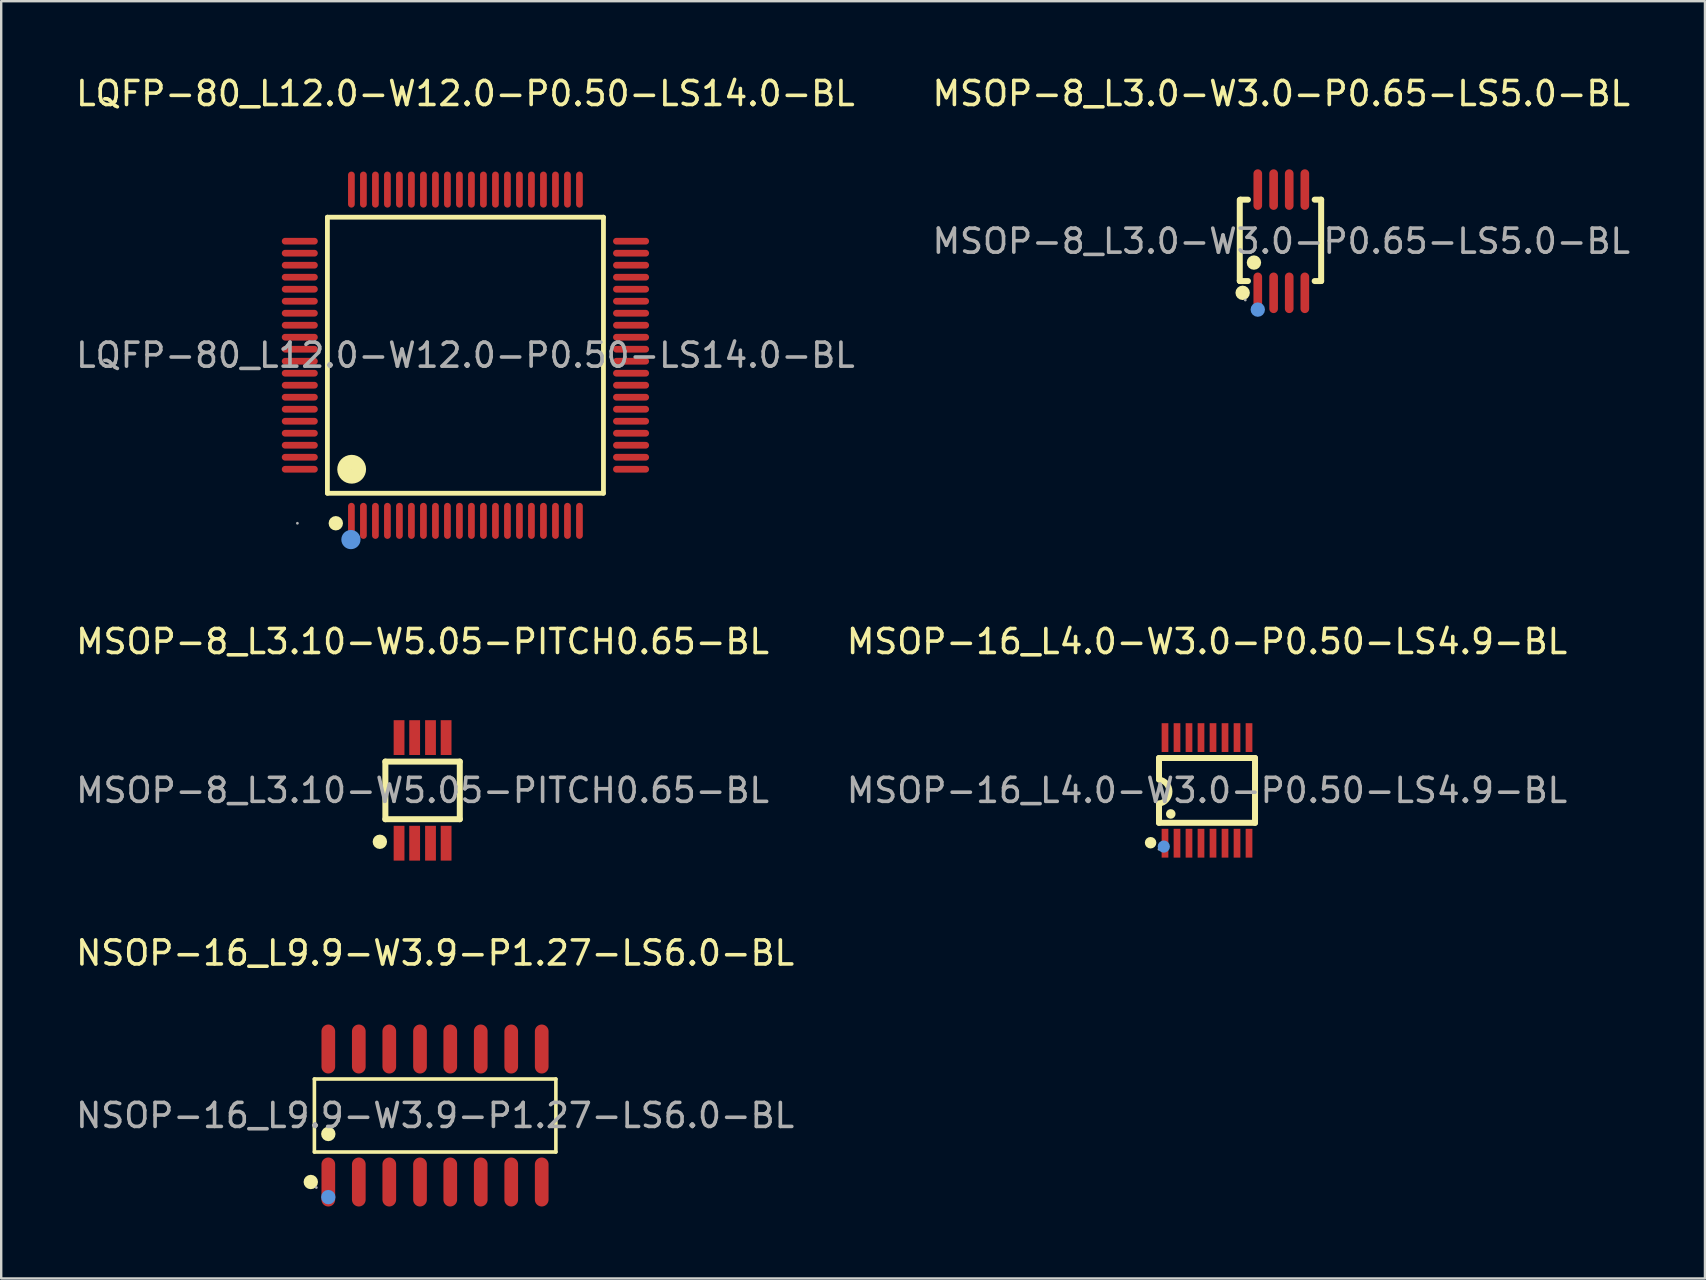
<source format=kicad_pcb>
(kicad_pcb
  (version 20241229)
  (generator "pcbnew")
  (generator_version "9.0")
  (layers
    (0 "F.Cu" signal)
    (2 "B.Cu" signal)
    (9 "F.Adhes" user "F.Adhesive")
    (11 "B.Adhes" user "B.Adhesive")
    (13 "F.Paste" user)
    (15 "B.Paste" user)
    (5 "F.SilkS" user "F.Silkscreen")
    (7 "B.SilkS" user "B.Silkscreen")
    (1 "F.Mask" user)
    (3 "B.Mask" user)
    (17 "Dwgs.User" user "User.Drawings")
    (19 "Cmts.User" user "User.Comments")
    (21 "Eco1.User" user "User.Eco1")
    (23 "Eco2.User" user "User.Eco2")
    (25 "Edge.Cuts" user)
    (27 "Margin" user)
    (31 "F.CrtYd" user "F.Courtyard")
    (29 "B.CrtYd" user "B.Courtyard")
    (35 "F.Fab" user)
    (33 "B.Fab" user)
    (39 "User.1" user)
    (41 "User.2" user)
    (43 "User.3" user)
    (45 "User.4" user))
  (footprint "MSOP-8_L3.10-W5.05-PITCH0.65-BL"
    (layer "F.Cu")
    (at 14.554 29.877)
    (property "Reference" "MSOP-8_L3.10-W5.05-PITCH0.65-BL" (at 0 -6.2 0) (layer "F.SilkS") (effects (font (size 1 1) (thickness 0.15))))
    (attr through_hole)
    (fp_line (start -1.55 -1.2) (end 1.55 -1.2) (stroke (width 0.25) (type solid)) (layer "F.SilkS"))
    (fp_line (start -1.55 1.2) (end -1.55 -1.2) (stroke (width 0.25) (type solid)) (layer "F.SilkS"))
    (fp_line (start -1.55 1.2) (end 1.55 1.2) (stroke (width 0.25) (type solid)) (layer "F.SilkS"))
    (fp_line (start 1.55 1.2) (end 1.55 -1.2) (stroke (width 0.25) (type solid)) (layer "F.SilkS"))
    (fp_arc (start -1.78 2.14) (mid -1.78 2.14) (end -1.78 2.14) (stroke (width 0.3) (type solid)) (layer "F.SilkS"))
    (fp_text user "${REFERENCE}" (at 0 0 0) (layer "F.Fab") (effects (font (size 1 1) (thickness 0.15))))
    (pad "1" smd rect (at -0.98 2.2 180) (size 0.45 1.45) (layers "F.Cu" "F.Mask" "F.Paste"))
    (pad "2" smd rect (at -0.33 2.2 180) (size 0.45 1.45) (layers "F.Cu" "F.Mask" "F.Paste"))
    (pad "3" smd rect (at 0.33 2.2 180) (size 0.45 1.45) (layers "F.Cu" "F.Mask" "F.Paste"))
    (pad "4" smd rect (at 0.98 2.2 180) (size 0.45 1.45) (layers "F.Cu" "F.Mask" "F.Paste"))
    (pad "5" smd rect (at 0.98 -2.2 180) (size 0.45 1.45) (layers "F.Cu" "F.Mask" "F.Paste"))
    (pad "6" smd rect (at 0.33 -2.2 180) (size 0.45 1.45) (layers "F.Cu" "F.Mask" "F.Paste"))
    (pad "7" smd rect (at -0.33 -2.2 180) (size 0.45 1.45) (layers "F.Cu" "F.Mask" "F.Paste"))
    (pad "8" smd rect (at -0.98 -2.2 180) (size 0.45 1.45) (layers "F.Cu" "F.Mask" "F.Paste")))
  (footprint "MSOP-16_L4.0-W3.0-P0.50-LS4.9-BL"
    (layer "F.Cu")
    (at 47.232 29.877)
    (property "Reference" "MSOP-16_L4.0-W3.0-P0.50-LS4.9-BL" (at 0 -6.2 0) (layer "F.SilkS") (effects (font (size 1 1) (thickness 0.15))))
    (attr through_hole)
    (fp_line (start -2 -1.35) (end -2 -0.46) (stroke (width 0.25) (type solid)) (layer "F.SilkS"))
    (fp_line (start -2 -1.35) (end 2 -1.35) (stroke (width 0.25) (type solid)) (layer "F.SilkS"))
    (fp_line (start -2 1.35) (end -2 0.55) (stroke (width 0.25) (type solid)) (layer "F.SilkS"))
    (fp_line (start -2 1.35) (end 2 1.35) (stroke (width 0.25) (type solid)) (layer "F.SilkS"))
    (fp_line (start 2 -1.35) (end 2 1.35) (stroke (width 0.25) (type solid)) (layer "F.SilkS"))
    (fp_arc (start -1.998946 -0.449851) (mid -1.565124 0.050532) (end -2 0.55) (stroke (width 0.25) (type solid)) (layer "F.SilkS"))
    (fp_circle (center -2.35 2.18) (end -2.23 2.18) (stroke (width 0.24) (type solid)) (fill no) (layer "F.SilkS"))
    (fp_circle (center -1.51 0.98) (end -1.41 0.98) (stroke (width 0.2) (type solid)) (fill no) (layer "F.SilkS"))
    (fp_circle (center -1.8 2.34) (end -1.67 2.34) (stroke (width 0.25) (type solid)) (fill no) (layer "Cmts.User"))
    (fp_circle (center -2 2.45) (end -1.97 2.45) (stroke (width 0.06) (type solid)) (fill no) (layer "F.Fab"))
    (fp_text user "${REFERENCE}" (at 0 0 0) (layer "F.Fab") (effects (font (size 1 1) (thickness 0.15))))
    (pad "1" smd rect (at -1.75 2.2 90) (size 1.2 0.28) (layers "F.Cu" "F.Mask" "F.Paste"))
    (pad "2" smd rect (at -1.25 2.2 90) (size 1.2 0.28) (layers "F.Cu" "F.Mask" "F.Paste"))
    (pad "3" smd rect (at -0.75 2.2 90) (size 1.2 0.28) (layers "F.Cu" "F.Mask" "F.Paste"))
    (pad "4" smd rect (at -0.25 2.2 90) (size 1.2 0.28) (layers "F.Cu" "F.Mask" "F.Paste"))
    (pad "5" smd rect (at 0.25 2.2 90) (size 1.2 0.28) (layers "F.Cu" "F.Mask" "F.Paste"))
    (pad "6" smd rect (at 0.75 2.2 90) (size 1.2 0.28) (layers "F.Cu" "F.Mask" "F.Paste"))
    (pad "7" smd rect (at 1.25 2.2 90) (size 1.2 0.28) (layers "F.Cu" "F.Mask" "F.Paste"))
    (pad "8" smd rect (at 1.75 2.2 90) (size 1.2 0.28) (layers "F.Cu" "F.Mask" "F.Paste"))
    (pad "9" smd rect (at 1.75 -2.2 90) (size 1.2 0.28) (layers "F.Cu" "F.Mask" "F.Paste"))
    (pad "10" smd rect (at 1.25 -2.2 90) (size 1.2 0.28) (layers "F.Cu" "F.Mask" "F.Paste"))
    (pad "11" smd rect (at 0.75 -2.2 90) (size 1.2 0.28) (layers "F.Cu" "F.Mask" "F.Paste"))
    (pad "12" smd rect (at 0.25 -2.2 90) (size 1.2 0.28) (layers "F.Cu" "F.Mask" "F.Paste"))
    (pad "13" smd rect (at -0.25 -2.2 90) (size 1.2 0.28) (layers "F.Cu" "F.Mask" "F.Paste"))
    (pad "14" smd rect (at -0.75 -2.2 90) (size 1.2 0.28) (layers "F.Cu" "F.Mask" "F.Paste"))
    (pad "15" smd rect (at -1.25 -2.2 90) (size 1.2 0.28) (layers "F.Cu" "F.Mask" "F.Paste"))
    (pad "16" smd rect (at -1.75 -2.2 90) (size 1.2 0.28) (layers "F.Cu" "F.Mask" "F.Paste")))
  (footprint "NSOP-16_L9.9-W3.9-P1.27-LS6.0-BL"
    (layer "F.Cu")
    (at 15.077 43.42)
    (property "Reference" "NSOP-16_L9.9-W3.9-P1.27-LS6.0-BL" (at 0 -6.77 0) (layer "F.SilkS") (effects (font (size 1 1) (thickness 0.15))))
    (attr through_hole)
    (fp_line (start -5.03 -1.52) (end 5.03 -1.52) (stroke (width 0.15) (type solid)) (layer "F.SilkS"))
    (fp_line (start -5.03 1.52) (end -5.03 -1.52) (stroke (width 0.15) (type solid)) (layer "F.SilkS"))
    (fp_line (start 5.03 -1.52) (end 5.03 1.52) (stroke (width 0.15) (type solid)) (layer "F.SilkS"))
    (fp_line (start 5.03 1.52) (end -5.03 1.52) (stroke (width 0.15) (type solid)) (layer "F.SilkS"))
    (fp_circle (center -5.18 2.77) (end -5.03 2.77) (stroke (width 0.3) (type solid)) (fill no) (layer "F.SilkS"))
    (fp_circle (center -4.45 0.77) (end -4.3 0.77) (stroke (width 0.3) (type solid)) (fill no) (layer "F.SilkS"))
    (fp_circle (center -4.45 3.4) (end -4.3 3.4) (stroke (width 0.3) (type solid)) (fill no) (layer "Cmts.User"))
    (fp_circle (center -4.95 3) (end -4.92 3) (stroke (width 0.06) (type solid)) (fill no) (layer "F.Fab"))
    (fp_text user "${REFERENCE}" (at 0 0 0) (layer "F.Fab") (effects (font (size 1 1) (thickness 0.15))))
    (pad "1" smd oval (at -4.45 2.77) (size 0.57 2.04) (layers "F.Cu" "F.Mask" "F.Paste"))
    (pad "2" smd oval (at -3.18 2.77) (size 0.57 2.04) (layers "F.Cu" "F.Mask" "F.Paste"))
    (pad "3" smd oval (at -1.91 2.77) (size 0.57 2.04) (layers "F.Cu" "F.Mask" "F.Paste"))
    (pad "4" smd oval (at -0.63 2.77) (size 0.57 2.04) (layers "F.Cu" "F.Mask" "F.Paste"))
    (pad "5" smd oval (at 0.63 2.77) (size 0.57 2.04) (layers "F.Cu" "F.Mask" "F.Paste"))
    (pad "6" smd oval (at 1.9 2.77) (size 0.57 2.04) (layers "F.Cu" "F.Mask" "F.Paste"))
    (pad "7" smd oval (at 3.17 2.77) (size 0.57 2.04) (layers "F.Cu" "F.Mask" "F.Paste"))
    (pad "8" smd oval (at 4.44 2.77) (size 0.57 2.04) (layers "F.Cu" "F.Mask" "F.Paste"))
    (pad "9" smd oval (at 4.44 -2.77) (size 0.57 2.04) (layers "F.Cu" "F.Mask" "F.Paste"))
    (pad "10" smd oval (at 3.17 -2.77) (size 0.57 2.04) (layers "F.Cu" "F.Mask" "F.Paste"))
    (pad "11" smd oval (at 1.9 -2.77) (size 0.57 2.04) (layers "F.Cu" "F.Mask" "F.Paste"))
    (pad "12" smd oval (at 0.63 -2.77) (size 0.57 2.04) (layers "F.Cu" "F.Mask" "F.Paste"))
    (pad "13" smd oval (at -0.63 -2.77) (size 0.57 2.04) (layers "F.Cu" "F.Mask" "F.Paste"))
    (pad "14" smd oval (at -1.91 -2.77) (size 0.57 2.04) (layers "F.Cu" "F.Mask" "F.Paste"))
    (pad "15" smd oval (at -3.18 -2.77) (size 0.57 2.04) (layers "F.Cu" "F.Mask" "F.Paste"))
    (pad "16" smd oval (at -4.45 -2.77) (size 0.57 2.04) (layers "F.Cu" "F.Mask" "F.Paste")))
  (footprint "MSOP-8_L3.0-W3.0-P0.65-LS5.0-BL"
    (layer "F.Cu")
    (at 50.327 6.998)
    (property "Reference" "MSOP-8_L3.0-W3.0-P0.65-LS5.0-BL" (at 0 -6.15 0) (layer "F.SilkS") (effects (font (size 1 1) (thickness 0.15))))
    (attr through_hole)
    (fp_line (start -1.73 -1.72) (end -1.73 1.65) (stroke (width 0.25) (type solid)) (layer "F.SilkS"))
    (fp_line (start -1.73 1.65) (end -1.72 1.66) (stroke (width 0.25) (type solid)) (layer "F.SilkS"))
    (fp_line (start -1.72 1.66) (end -1.39 1.66) (stroke (width 0.25) (type solid)) (layer "F.SilkS"))
    (fp_line (start -1.7 -1.73) (end -1.72 -1.71) (stroke (width 0.25) (type solid)) (layer "F.SilkS"))
    (fp_line (start -1.39 -1.73) (end -1.7 -1.73) (stroke (width 0.25) (type solid)) (layer "F.SilkS"))
    (fp_line (start 1.39 1.66) (end 1.66 1.66) (stroke (width 0.25) (type solid)) (layer "F.SilkS"))
    (fp_line (start 1.66 -1.73) (end 1.39 -1.73) (stroke (width 0.25) (type solid)) (layer "F.SilkS"))
    (fp_line (start 1.66 1.66) (end 1.66 -1.73) (stroke (width 0.25) (type solid)) (layer "F.SilkS"))
    (fp_circle (center -1.61 2.15) (end -1.46 2.15) (stroke (width 0.3) (type solid)) (fill no) (layer "F.SilkS"))
    (fp_circle (center -1.14 0.89) (end -0.99 0.89) (stroke (width 0.3) (type solid)) (fill no) (layer "F.SilkS"))
    (fp_circle (center -0.98 2.85) (end -0.83 2.85) (stroke (width 0.3) (type solid)) (fill no) (layer "Cmts.User"))
    (fp_circle (center -1.5 2.45) (end -1.47 2.45) (stroke (width 0.06) (type solid)) (fill no) (layer "F.Fab"))
    (fp_text user "${REFERENCE}" (at 0 0 0) (layer "F.Fab") (effects (font (size 1 1) (thickness 0.15))))
    (pad "1" smd oval (at -0.98 2.15) (size 0.36 1.69) (layers "F.Cu" "F.Mask" "F.Paste"))
    (pad "2" smd oval (at -0.32 2.15) (size 0.36 1.69) (layers "F.Cu" "F.Mask" "F.Paste"))
    (pad "3" smd oval (at 0.33 2.15) (size 0.36 1.69) (layers "F.Cu" "F.Mask" "F.Paste"))
    (pad "4" smd oval (at 0.98 2.15) (size 0.36 1.69) (layers "F.Cu" "F.Mask" "F.Paste"))
    (pad "5" smd oval (at 0.98 -2.15) (size 0.36 1.69) (layers "F.Cu" "F.Mask" "F.Paste"))
    (pad "6" smd oval (at 0.33 -2.15) (size 0.36 1.69) (layers "F.Cu" "F.Mask" "F.Paste"))
    (pad "7" smd oval (at -0.32 -2.15) (size 0.36 1.69) (layers "F.Cu" "F.Mask" "F.Paste"))
    (pad "8" smd oval (at -0.98 -2.15) (size 0.36 1.69) (layers "F.Cu" "F.Mask" "F.Paste")))
  (footprint "LQFP-80_L12.0-W12.0-P0.50-LS14.0-BL"
    (layer "F.Cu")
    (at 16.339 11.748)
    (property "Reference" "LQFP-80_L12.0-W12.0-P0.50-LS14.0-BL" (at 0 -10.9 0) (layer "F.SilkS") (effects (font (size 1 1) (thickness 0.15))))
    (attr through_hole)
    (fp_line (start -5.75 -5.75) (end 5.75 -5.75) (stroke (width 0.2) (type solid)) (layer "F.SilkS"))
    (fp_line (start -5.75 5.75) (end -5.75 -5.75) (stroke (width 0.2) (type solid)) (layer "F.SilkS"))
    (fp_line (start 5.75 -5.75) (end 5.75 5.75) (stroke (width 0.2) (type solid)) (layer "F.SilkS"))
    (fp_line (start 5.75 5.75) (end -5.75 5.75) (stroke (width 0.2) (type solid)) (layer "F.SilkS"))
    (fp_arc (start -5.4 7) (mid -5.4 7) (end -5.4 7) (stroke (width 0.3) (type solid)) (layer "F.SilkS"))
    (fp_arc (start -4.74 4.45) (mid -4.735 5.049958) (end -4.749999 4.450167) (stroke (width 0.6) (type solid)) (layer "F.SilkS"))
    (fp_circle (center -4.77 7.68) (end -4.57 7.68) (stroke (width 0.4) (type solid)) (fill no) (layer "Cmts.User"))
    (fp_circle (center -7 7) (end -6.97 7) (stroke (width 0.06) (type solid)) (fill no) (layer "F.Fab"))
    (fp_text user "${REFERENCE}" (at 0 0 0) (layer "F.Fab") (effects (font (size 1 1) (thickness 0.15))))
    (pad "1" smd oval (at -4.75 6.9) (size 0.28 1.5) (layers "F.Cu" "F.Mask" "F.Paste"))
    (pad "2" smd oval (at -4.25 6.9) (size 0.28 1.5) (layers "F.Cu" "F.Mask" "F.Paste"))
    (pad "3" smd oval (at -3.75 6.9) (size 0.28 1.5) (layers "F.Cu" "F.Mask" "F.Paste"))
    (pad "4" smd oval (at -3.25 6.9) (size 0.28 1.5) (layers "F.Cu" "F.Mask" "F.Paste"))
    (pad "5" smd oval (at -2.75 6.9) (size 0.28 1.5) (layers "F.Cu" "F.Mask" "F.Paste"))
    (pad "6" smd oval (at -2.25 6.9) (size 0.28 1.5) (layers "F.Cu" "F.Mask" "F.Paste"))
    (pad "7" smd oval (at -1.75 6.9) (size 0.28 1.5) (layers "F.Cu" "F.Mask" "F.Paste"))
    (pad "8" smd oval (at -1.25 6.9) (size 0.28 1.5) (layers "F.Cu" "F.Mask" "F.Paste"))
    (pad "9" smd oval (at -0.75 6.9) (size 0.28 1.5) (layers "F.Cu" "F.Mask" "F.Paste"))
    (pad "10" smd oval (at -0.25 6.9) (size 0.28 1.5) (layers "F.Cu" "F.Mask" "F.Paste"))
    (pad "11" smd oval (at 0.25 6.9) (size 0.28 1.5) (layers "F.Cu" "F.Mask" "F.Paste"))
    (pad "12" smd oval (at 0.75 6.9) (size 0.28 1.5) (layers "F.Cu" "F.Mask" "F.Paste"))
    (pad "13" smd oval (at 1.25 6.9) (size 0.28 1.5) (layers "F.Cu" "F.Mask" "F.Paste"))
    (pad "14" smd oval (at 1.75 6.9) (size 0.28 1.5) (layers "F.Cu" "F.Mask" "F.Paste"))
    (pad "15" smd oval (at 2.25 6.9) (size 0.28 1.5) (layers "F.Cu" "F.Mask" "F.Paste"))
    (pad "16" smd oval (at 2.75 6.9) (size 0.28 1.5) (layers "F.Cu" "F.Mask" "F.Paste"))
    (pad "17" smd oval (at 3.25 6.9) (size 0.28 1.5) (layers "F.Cu" "F.Mask" "F.Paste"))
    (pad "18" smd oval (at 3.75 6.9) (size 0.28 1.5) (layers "F.Cu" "F.Mask" "F.Paste"))
    (pad "19" smd oval (at 4.25 6.9) (size 0.28 1.5) (layers "F.Cu" "F.Mask" "F.Paste"))
    (pad "20" smd oval (at 4.75 6.9) (size 0.28 1.5) (layers "F.Cu" "F.Mask" "F.Paste"))
    (pad "21" smd oval (at 6.9 4.75) (size 1.5 0.28) (layers "F.Cu" "F.Mask" "F.Paste"))
    (pad "22" smd oval (at 6.9 4.25) (size 1.5 0.28) (layers "F.Cu" "F.Mask" "F.Paste"))
    (pad "23" smd oval (at 6.9 3.75) (size 1.5 0.28) (layers "F.Cu" "F.Mask" "F.Paste"))
    (pad "24" smd oval (at 6.9 3.25) (size 1.5 0.28) (layers "F.Cu" "F.Mask" "F.Paste"))
    (pad "25" smd oval (at 6.9 2.75) (size 1.5 0.28) (layers "F.Cu" "F.Mask" "F.Paste"))
    (pad "26" smd oval (at 6.9 2.25) (size 1.5 0.28) (layers "F.Cu" "F.Mask" "F.Paste"))
    (pad "27" smd oval (at 6.9 1.75) (size 1.5 0.28) (layers "F.Cu" "F.Mask" "F.Paste"))
    (pad "28" smd oval (at 6.9 1.25) (size 1.5 0.28) (layers "F.Cu" "F.Mask" "F.Paste"))
    (pad "29" smd oval (at 6.9 0.75) (size 1.5 0.28) (layers "F.Cu" "F.Mask" "F.Paste"))
    (pad "30" smd oval (at 6.9 0.25) (size 1.5 0.28) (layers "F.Cu" "F.Mask" "F.Paste"))
    (pad "31" smd oval (at 6.9 -0.25) (size 1.5 0.28) (layers "F.Cu" "F.Mask" "F.Paste"))
    (pad "32" smd oval (at 6.9 -0.75) (size 1.5 0.28) (layers "F.Cu" "F.Mask" "F.Paste"))
    (pad "33" smd oval (at 6.9 -1.25) (size 1.5 0.28) (layers "F.Cu" "F.Mask" "F.Paste"))
    (pad "34" smd oval (at 6.9 -1.75) (size 1.5 0.28) (layers "F.Cu" "F.Mask" "F.Paste"))
    (pad "35" smd oval (at 6.9 -2.25) (size 1.5 0.28) (layers "F.Cu" "F.Mask" "F.Paste"))
    (pad "36" smd oval (at 6.9 -2.75) (size 1.5 0.28) (layers "F.Cu" "F.Mask" "F.Paste"))
    (pad "37" smd oval (at 6.9 -3.25) (size 1.5 0.28) (layers "F.Cu" "F.Mask" "F.Paste"))
    (pad "38" smd oval (at 6.9 -3.75) (size 1.5 0.28) (layers "F.Cu" "F.Mask" "F.Paste"))
    (pad "39" smd oval (at 6.9 -4.25) (size 1.5 0.28) (layers "F.Cu" "F.Mask" "F.Paste"))
    (pad "40" smd oval (at 6.9 -4.75) (size 1.5 0.28) (layers "F.Cu" "F.Mask" "F.Paste"))
    (pad "41" smd oval (at 4.75 -6.9) (size 0.28 1.5) (layers "F.Cu" "F.Mask" "F.Paste"))
    (pad "42" smd oval (at 4.25 -6.9) (size 0.28 1.5) (layers "F.Cu" "F.Mask" "F.Paste"))
    (pad "43" smd oval (at 3.75 -6.9) (size 0.28 1.5) (layers "F.Cu" "F.Mask" "F.Paste"))
    (pad "44" smd oval (at 3.25 -6.9) (size 0.28 1.5) (layers "F.Cu" "F.Mask" "F.Paste"))
    (pad "45" smd oval (at 2.75 -6.9) (size 0.28 1.5) (layers "F.Cu" "F.Mask" "F.Paste"))
    (pad "46" smd oval (at 2.25 -6.9) (size 0.28 1.5) (layers "F.Cu" "F.Mask" "F.Paste"))
    (pad "47" smd oval (at 1.75 -6.9) (size 0.28 1.5) (layers "F.Cu" "F.Mask" "F.Paste"))
    (pad "48" smd oval (at 1.25 -6.9) (size 0.28 1.5) (layers "F.Cu" "F.Mask" "F.Paste"))
    (pad "49" smd oval (at 0.75 -6.9) (size 0.28 1.5) (layers "F.Cu" "F.Mask" "F.Paste"))
    (pad "50" smd oval (at 0.25 -6.9) (size 0.28 1.5) (layers "F.Cu" "F.Mask" "F.Paste"))
    (pad "51" smd oval (at -0.25 -6.9) (size 0.28 1.5) (layers "F.Cu" "F.Mask" "F.Paste"))
    (pad "52" smd oval (at -0.75 -6.9) (size 0.28 1.5) (layers "F.Cu" "F.Mask" "F.Paste"))
    (pad "53" smd oval (at -1.25 -6.9) (size 0.28 1.5) (layers "F.Cu" "F.Mask" "F.Paste"))
    (pad "54" smd oval (at -1.75 -6.9) (size 0.28 1.5) (layers "F.Cu" "F.Mask" "F.Paste"))
    (pad "55" smd oval (at -2.25 -6.9) (size 0.28 1.5) (layers "F.Cu" "F.Mask" "F.Paste"))
    (pad "56" smd oval (at -2.75 -6.9) (size 0.28 1.5) (layers "F.Cu" "F.Mask" "F.Paste"))
    (pad "57" smd oval (at -3.25 -6.9) (size 0.28 1.5) (layers "F.Cu" "F.Mask" "F.Paste"))
    (pad "58" smd oval (at -3.75 -6.9) (size 0.28 1.5) (layers "F.Cu" "F.Mask" "F.Paste"))
    (pad "59" smd oval (at -4.25 -6.9) (size 0.28 1.5) (layers "F.Cu" "F.Mask" "F.Paste"))
    (pad "60" smd oval (at -4.75 -6.9) (size 0.28 1.5) (layers "F.Cu" "F.Mask" "F.Paste"))
    (pad "61" smd oval (at -6.9 -4.75) (size 1.5 0.28) (layers "F.Cu" "F.Mask" "F.Paste"))
    (pad "62" smd oval (at -6.9 -4.25) (size 1.5 0.28) (layers "F.Cu" "F.Mask" "F.Paste"))
    (pad "63" smd oval (at -6.9 -3.75) (size 1.5 0.28) (layers "F.Cu" "F.Mask" "F.Paste"))
    (pad "64" smd oval (at -6.9 -3.25) (size 1.5 0.28) (layers "F.Cu" "F.Mask" "F.Paste"))
    (pad "65" smd oval (at -6.9 -2.75) (size 1.5 0.28) (layers "F.Cu" "F.Mask" "F.Paste"))
    (pad "66" smd oval (at -6.9 -2.25) (size 1.5 0.28) (layers "F.Cu" "F.Mask" "F.Paste"))
    (pad "67" smd oval (at -6.9 -1.75) (size 1.5 0.28) (layers "F.Cu" "F.Mask" "F.Paste"))
    (pad "68" smd oval (at -6.9 -1.25) (size 1.5 0.28) (layers "F.Cu" "F.Mask" "F.Paste"))
    (pad "69" smd oval (at -6.9 -0.75) (size 1.5 0.28) (layers "F.Cu" "F.Mask" "F.Paste"))
    (pad "70" smd oval (at -6.9 -0.25) (size 1.5 0.28) (layers "F.Cu" "F.Mask" "F.Paste"))
    (pad "71" smd oval (at -6.9 0.25) (size 1.5 0.28) (layers "F.Cu" "F.Mask" "F.Paste"))
    (pad "72" smd oval (at -6.9 0.75) (size 1.5 0.28) (layers "F.Cu" "F.Mask" "F.Paste"))
    (pad "73" smd oval (at -6.9 1.25) (size 1.5 0.28) (layers "F.Cu" "F.Mask" "F.Paste"))
    (pad "74" smd oval (at -6.9 1.75) (size 1.5 0.28) (layers "F.Cu" "F.Mask" "F.Paste"))
    (pad "75" smd oval (at -6.9 2.25) (size 1.5 0.28) (layers "F.Cu" "F.Mask" "F.Paste"))
    (pad "76" smd oval (at -6.9 2.75) (size 1.5 0.28) (layers "F.Cu" "F.Mask" "F.Paste"))
    (pad "77" smd oval (at -6.9 3.25) (size 1.5 0.28) (layers "F.Cu" "F.Mask" "F.Paste"))
    (pad "78" smd oval (at -6.9 3.75) (size 1.5 0.28) (layers "F.Cu" "F.Mask" "F.Paste"))
    (pad "79" smd oval (at -6.9 4.25) (size 1.5 0.28) (layers "F.Cu" "F.Mask" "F.Paste"))
    (pad "80" smd oval (at -6.9 4.75) (size 1.5 0.28) (layers "F.Cu" "F.Mask" "F.Paste")))
  (gr_rect
    (start -3 -3)
    (end 67.976 50.21)
    (stroke (width 0.1) (type default))
    (fill no)
    (layer "Edge.Cuts")))
</source>
